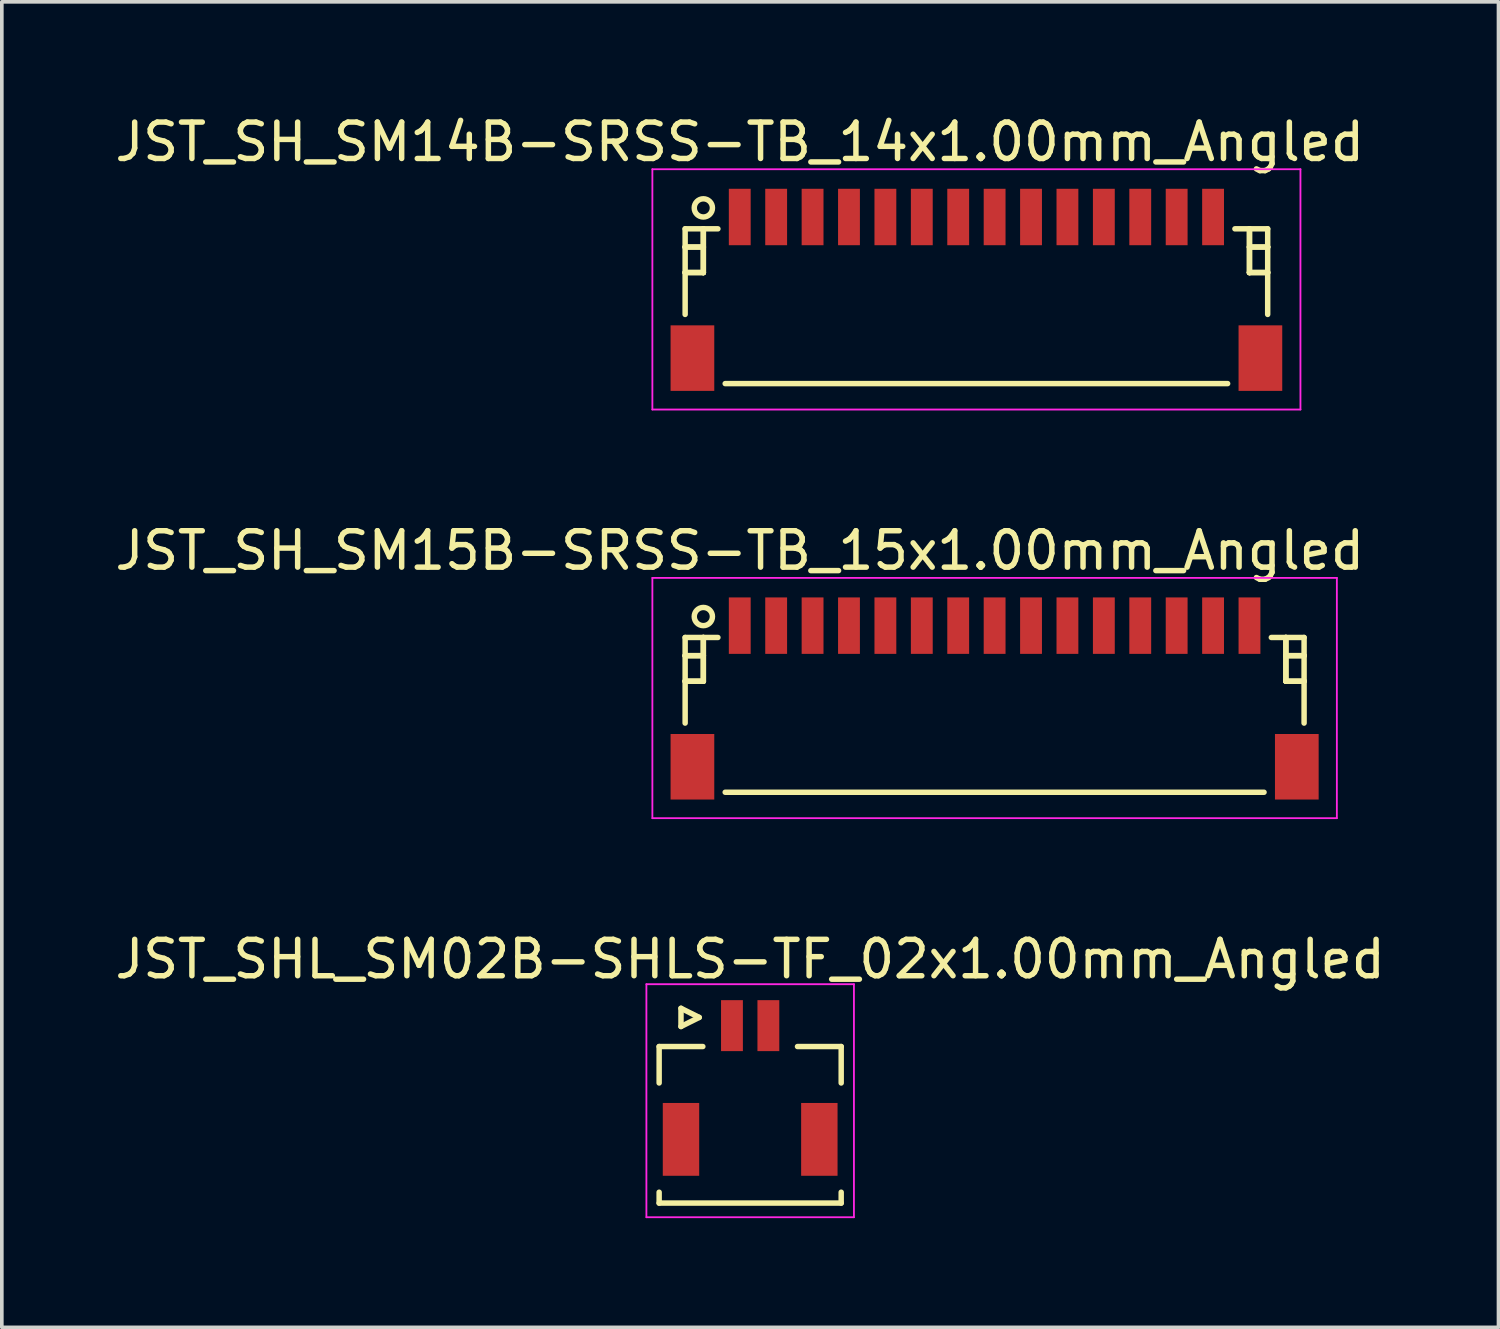
<source format=kicad_pcb>
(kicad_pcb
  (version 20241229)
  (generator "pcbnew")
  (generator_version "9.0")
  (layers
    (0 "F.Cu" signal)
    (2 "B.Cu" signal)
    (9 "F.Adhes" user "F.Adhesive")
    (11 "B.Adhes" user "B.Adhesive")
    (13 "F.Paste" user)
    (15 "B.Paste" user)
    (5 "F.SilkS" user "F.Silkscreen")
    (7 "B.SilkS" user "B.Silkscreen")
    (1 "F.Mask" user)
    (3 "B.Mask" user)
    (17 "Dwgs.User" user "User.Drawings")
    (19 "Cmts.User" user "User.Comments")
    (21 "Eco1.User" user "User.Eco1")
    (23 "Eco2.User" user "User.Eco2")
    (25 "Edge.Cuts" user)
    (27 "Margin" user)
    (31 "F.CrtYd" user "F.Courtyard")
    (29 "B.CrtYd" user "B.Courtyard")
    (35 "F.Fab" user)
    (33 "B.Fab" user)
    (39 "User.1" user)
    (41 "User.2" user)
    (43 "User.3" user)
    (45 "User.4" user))
  (footprint "JST_SH_SM15B-SRSS-TB_15x1.00mm_Angled"
    (layer "F.Cu")
    (at 24.268 16.072)
    (property "Reference" "JST_SH_SM15B-SRSS-TB_15x1.00mm_Angled" (at -7 -4 0) (layer "F.SilkS") (effects (font (size 1 1) (thickness 0.15))))
    (attr smd)
    (fp_line (start -8.5 -1.613) (end -7.6 -1.613) (stroke (width 0.15) (type solid)) (layer "F.SilkS"))
    (fp_line (start -8.5 -1.113) (end -8.5 -1.113) (stroke (width 0.15) (type solid)) (layer "F.SilkS"))
    (fp_line (start -8.5 -1.113) (end -8 -1.113) (stroke (width 0.15) (type solid)) (layer "F.SilkS"))
    (fp_line (start -8.5 -0.412) (end -8.5 -0.412) (stroke (width 0.15) (type solid)) (layer "F.SilkS"))
    (fp_line (start -8.5 -0.412) (end -8 -0.412) (stroke (width 0.15) (type solid)) (layer "F.SilkS"))
    (fp_line (start -8.5 0.738) (end -8.5 -1.613) (stroke (width 0.15) (type solid)) (layer "F.SilkS"))
    (fp_line (start -8 -1.613) (end -8 -1.613) (stroke (width 0.15) (type solid)) (layer "F.SilkS"))
    (fp_line (start -8 -1.613) (end -8 -0.412) (stroke (width 0.15) (type solid)) (layer "F.SilkS"))
    (fp_line (start -8 -1.113) (end -8.5 -1.113) (stroke (width 0.15) (type solid)) (layer "F.SilkS"))
    (fp_line (start -8 -1.113) (end -8 -1.113) (stroke (width 0.15) (type solid)) (layer "F.SilkS"))
    (fp_line (start -8 -0.412) (end -8.5 -0.412) (stroke (width 0.15) (type solid)) (layer "F.SilkS"))
    (fp_line (start -8 -0.412) (end -8 -1.613) (stroke (width 0.15) (type solid)) (layer "F.SilkS"))
    (fp_line (start -8 -0.412) (end -8 -0.412) (stroke (width 0.15) (type solid)) (layer "F.SilkS"))
    (fp_line (start -8 -0.412) (end -8 -0.412) (stroke (width 0.15) (type solid)) (layer "F.SilkS"))
    (fp_line (start -7.4 2.638) (end 7.4 2.638) (stroke (width 0.15) (type solid)) (layer "F.SilkS"))
    (fp_line (start 8 -1.613) (end 8 -1.613) (stroke (width 0.15) (type solid)) (layer "F.SilkS"))
    (fp_line (start 8 -1.613) (end 8 -0.412) (stroke (width 0.15) (type solid)) (layer "F.SilkS"))
    (fp_line (start 8 -1.113) (end 8 -1.113) (stroke (width 0.15) (type solid)) (layer "F.SilkS"))
    (fp_line (start 8 -1.113) (end 8.5 -1.113) (stroke (width 0.15) (type solid)) (layer "F.SilkS"))
    (fp_line (start 8 -0.412) (end 8 -1.613) (stroke (width 0.15) (type solid)) (layer "F.SilkS"))
    (fp_line (start 8 -0.412) (end 8 -0.412) (stroke (width 0.15) (type solid)) (layer "F.SilkS"))
    (fp_line (start 8 -0.412) (end 8 -0.412) (stroke (width 0.15) (type solid)) (layer "F.SilkS"))
    (fp_line (start 8 -0.412) (end 8.5 -0.412) (stroke (width 0.15) (type solid)) (layer "F.SilkS"))
    (fp_line (start 8.5 -1.613) (end 7.6 -1.613) (stroke (width 0.15) (type solid)) (layer "F.SilkS"))
    (fp_line (start 8.5 -1.113) (end 8 -1.113) (stroke (width 0.15) (type solid)) (layer "F.SilkS"))
    (fp_line (start 8.5 -1.113) (end 8.5 -1.113) (stroke (width 0.15) (type solid)) (layer "F.SilkS"))
    (fp_line (start 8.5 -0.412) (end 8 -0.412) (stroke (width 0.15) (type solid)) (layer "F.SilkS"))
    (fp_line (start 8.5 -0.412) (end 8.5 -0.412) (stroke (width 0.15) (type solid)) (layer "F.SilkS"))
    (fp_line (start 8.5 0.738) (end 8.5 -1.613) (stroke (width 0.15) (type solid)) (layer "F.SilkS"))
    (fp_circle (center -8 -2.188) (end -7.75 -2.188) (stroke (width 0.15) (type solid)) (fill no) (layer "F.SilkS"))
    (fp_line (start -9.4 -3.25) (end 9.4 -3.25) (stroke (width 0.05) (type solid)) (layer "F.CrtYd"))
    (fp_line (start -9.4 3.35) (end -9.4 -3.25) (stroke (width 0.05) (type solid)) (layer "F.CrtYd"))
    (fp_line (start 9.4 -3.25) (end 9.4 3.35) (stroke (width 0.05) (type solid)) (layer "F.CrtYd"))
    (fp_line (start 9.4 3.35) (end -9.4 3.35) (stroke (width 0.05) (type solid)) (layer "F.CrtYd"))
    (pad "" smd rect (at -8.3 1.938) (size 1.2 1.8) (layers "F.Cu" "F.Mask" "F.Paste"))
    (pad "" smd rect (at 8.3 1.938) (size 1.2 1.8) (layers "F.Cu" "F.Mask" "F.Paste"))
    (pad "1" smd rect (at -7 -1.938) (size 0.6 1.55) (layers "F.Cu" "F.Mask" "F.Paste"))
    (pad "2" smd rect (at -6 -1.938) (size 0.6 1.55) (layers "F.Cu" "F.Mask" "F.Paste"))
    (pad "3" smd rect (at -5 -1.938) (size 0.6 1.55) (layers "F.Cu" "F.Mask" "F.Paste"))
    (pad "4" smd rect (at -4 -1.938) (size 0.6 1.55) (layers "F.Cu" "F.Mask" "F.Paste"))
    (pad "5" smd rect (at -3 -1.938) (size 0.6 1.55) (layers "F.Cu" "F.Mask" "F.Paste"))
    (pad "6" smd rect (at -2 -1.938) (size 0.6 1.55) (layers "F.Cu" "F.Mask" "F.Paste"))
    (pad "7" smd rect (at -1 -1.938) (size 0.6 1.55) (layers "F.Cu" "F.Mask" "F.Paste"))
    (pad "8" smd rect (at 0 -1.938) (size 0.6 1.55) (layers "F.Cu" "F.Mask" "F.Paste"))
    (pad "9" smd rect (at 1 -1.938) (size 0.6 1.55) (layers "F.Cu" "F.Mask" "F.Paste"))
    (pad "10" smd rect (at 2 -1.938) (size 0.6 1.55) (layers "F.Cu" "F.Mask" "F.Paste"))
    (pad "11" smd rect (at 3 -1.938) (size 0.6 1.55) (layers "F.Cu" "F.Mask" "F.Paste"))
    (pad "12" smd rect (at 4 -1.938) (size 0.6 1.55) (layers "F.Cu" "F.Mask" "F.Paste"))
    (pad "13" smd rect (at 5 -1.938) (size 0.6 1.55) (layers "F.Cu" "F.Mask" "F.Paste"))
    (pad "14" smd rect (at 6 -1.938) (size 0.6 1.55) (layers "F.Cu" "F.Mask" "F.Paste"))
    (pad "15" smd rect (at 7 -1.938) (size 0.6 1.55) (layers "F.Cu" "F.Mask" "F.Paste")))
  (footprint "JST_SH_SM14B-SRSS-TB_14x1.00mm_Angled"
    (layer "F.Cu")
    (at 23.768 4.848)
    (property "Reference" "JST_SH_SM14B-SRSS-TB_14x1.00mm_Angled" (at -6.5 -4 0) (layer "F.SilkS") (effects (font (size 1 1) (thickness 0.15))))
    (attr smd)
    (fp_line (start -8 -1.613) (end -7.1 -1.613) (stroke (width 0.15) (type solid)) (layer "F.SilkS"))
    (fp_line (start -8 -1.113) (end -8 -1.113) (stroke (width 0.15) (type solid)) (layer "F.SilkS"))
    (fp_line (start -8 -1.113) (end -7.5 -1.113) (stroke (width 0.15) (type solid)) (layer "F.SilkS"))
    (fp_line (start -8 -0.412) (end -8 -0.412) (stroke (width 0.15) (type solid)) (layer "F.SilkS"))
    (fp_line (start -8 -0.412) (end -7.5 -0.412) (stroke (width 0.15) (type solid)) (layer "F.SilkS"))
    (fp_line (start -8 0.738) (end -8 -1.613) (stroke (width 0.15) (type solid)) (layer "F.SilkS"))
    (fp_line (start -7.5 -1.613) (end -7.5 -1.613) (stroke (width 0.15) (type solid)) (layer "F.SilkS"))
    (fp_line (start -7.5 -1.613) (end -7.5 -0.412) (stroke (width 0.15) (type solid)) (layer "F.SilkS"))
    (fp_line (start -7.5 -1.113) (end -8 -1.113) (stroke (width 0.15) (type solid)) (layer "F.SilkS"))
    (fp_line (start -7.5 -1.113) (end -7.5 -1.113) (stroke (width 0.15) (type solid)) (layer "F.SilkS"))
    (fp_line (start -7.5 -0.412) (end -8 -0.412) (stroke (width 0.15) (type solid)) (layer "F.SilkS"))
    (fp_line (start -7.5 -0.412) (end -7.5 -1.613) (stroke (width 0.15) (type solid)) (layer "F.SilkS"))
    (fp_line (start -7.5 -0.412) (end -7.5 -0.412) (stroke (width 0.15) (type solid)) (layer "F.SilkS"))
    (fp_line (start -7.5 -0.412) (end -7.5 -0.412) (stroke (width 0.15) (type solid)) (layer "F.SilkS"))
    (fp_line (start -6.9 2.638) (end 6.9 2.638) (stroke (width 0.15) (type solid)) (layer "F.SilkS"))
    (fp_line (start 7.5 -1.613) (end 7.5 -1.613) (stroke (width 0.15) (type solid)) (layer "F.SilkS"))
    (fp_line (start 7.5 -1.613) (end 7.5 -0.412) (stroke (width 0.15) (type solid)) (layer "F.SilkS"))
    (fp_line (start 7.5 -1.113) (end 7.5 -1.113) (stroke (width 0.15) (type solid)) (layer "F.SilkS"))
    (fp_line (start 7.5 -1.113) (end 8 -1.113) (stroke (width 0.15) (type solid)) (layer "F.SilkS"))
    (fp_line (start 7.5 -0.412) (end 7.5 -1.613) (stroke (width 0.15) (type solid)) (layer "F.SilkS"))
    (fp_line (start 7.5 -0.412) (end 7.5 -0.412) (stroke (width 0.15) (type solid)) (layer "F.SilkS"))
    (fp_line (start 7.5 -0.412) (end 7.5 -0.412) (stroke (width 0.15) (type solid)) (layer "F.SilkS"))
    (fp_line (start 7.5 -0.412) (end 8 -0.412) (stroke (width 0.15) (type solid)) (layer "F.SilkS"))
    (fp_line (start 8 -1.613) (end 7.1 -1.613) (stroke (width 0.15) (type solid)) (layer "F.SilkS"))
    (fp_line (start 8 -1.113) (end 7.5 -1.113) (stroke (width 0.15) (type solid)) (layer "F.SilkS"))
    (fp_line (start 8 -1.113) (end 8 -1.113) (stroke (width 0.15) (type solid)) (layer "F.SilkS"))
    (fp_line (start 8 -0.412) (end 7.5 -0.412) (stroke (width 0.15) (type solid)) (layer "F.SilkS"))
    (fp_line (start 8 -0.412) (end 8 -0.412) (stroke (width 0.15) (type solid)) (layer "F.SilkS"))
    (fp_line (start 8 0.738) (end 8 -1.613) (stroke (width 0.15) (type solid)) (layer "F.SilkS"))
    (fp_circle (center -7.5 -2.188) (end -7.25 -2.188) (stroke (width 0.15) (type solid)) (fill no) (layer "F.SilkS"))
    (fp_line (start -8.9 -3.25) (end 8.9 -3.25) (stroke (width 0.05) (type solid)) (layer "F.CrtYd"))
    (fp_line (start -8.9 3.35) (end -8.9 -3.25) (stroke (width 0.05) (type solid)) (layer "F.CrtYd"))
    (fp_line (start 8.9 -3.25) (end 8.9 3.35) (stroke (width 0.05) (type solid)) (layer "F.CrtYd"))
    (fp_line (start 8.9 3.35) (end -8.9 3.35) (stroke (width 0.05) (type solid)) (layer "F.CrtYd"))
    (pad "" smd rect (at -7.8 1.938) (size 1.2 1.8) (layers "F.Cu" "F.Mask" "F.Paste"))
    (pad "" smd rect (at 7.8 1.938) (size 1.2 1.8) (layers "F.Cu" "F.Mask" "F.Paste"))
    (pad "1" smd rect (at -6.5 -1.938) (size 0.6 1.55) (layers "F.Cu" "F.Mask" "F.Paste"))
    (pad "2" smd rect (at -5.5 -1.938) (size 0.6 1.55) (layers "F.Cu" "F.Mask" "F.Paste"))
    (pad "3" smd rect (at -4.5 -1.938) (size 0.6 1.55) (layers "F.Cu" "F.Mask" "F.Paste"))
    (pad "4" smd rect (at -3.5 -1.938) (size 0.6 1.55) (layers "F.Cu" "F.Mask" "F.Paste"))
    (pad "5" smd rect (at -2.5 -1.938) (size 0.6 1.55) (layers "F.Cu" "F.Mask" "F.Paste"))
    (pad "6" smd rect (at -1.5 -1.938) (size 0.6 1.55) (layers "F.Cu" "F.Mask" "F.Paste"))
    (pad "7" smd rect (at -0.5 -1.938) (size 0.6 1.55) (layers "F.Cu" "F.Mask" "F.Paste"))
    (pad "8" smd rect (at 0.5 -1.938) (size 0.6 1.55) (layers "F.Cu" "F.Mask" "F.Paste"))
    (pad "9" smd rect (at 1.5 -1.938) (size 0.6 1.55) (layers "F.Cu" "F.Mask" "F.Paste"))
    (pad "10" smd rect (at 2.5 -1.938) (size 0.6 1.55) (layers "F.Cu" "F.Mask" "F.Paste"))
    (pad "11" smd rect (at 3.5 -1.938) (size 0.6 1.55) (layers "F.Cu" "F.Mask" "F.Paste"))
    (pad "12" smd rect (at 4.5 -1.938) (size 0.6 1.55) (layers "F.Cu" "F.Mask" "F.Paste"))
    (pad "13" smd rect (at 5.5 -1.938) (size 0.6 1.55) (layers "F.Cu" "F.Mask" "F.Paste"))
    (pad "14" smd rect (at 6.5 -1.938) (size 0.6 1.55) (layers "F.Cu" "F.Mask" "F.Paste")))
  (footprint "JST_SHL_SM02B-SHLS-TF_02x1.00mm_Angled"
    (layer "F.Cu")
    (at 17.554 26.682)
    (property "Reference" "JST_SHL_SM02B-SHLS-TF_02x1.00mm_Angled" (at 0 -3.388 0) (layer "F.SilkS") (effects (font (size 1 1) (thickness 0.15))))
    (attr smd)
    (fp_line (start -2.5 -0.988) (end -1.3 -0.988) (stroke (width 0.15) (type solid)) (layer "F.SilkS"))
    (fp_line (start -2.5 0.013) (end -2.5 -0.988) (stroke (width 0.15) (type solid)) (layer "F.SilkS"))
    (fp_line (start -2.5 3.013) (end -2.5 3.312) (stroke (width 0.15) (type solid)) (layer "F.SilkS"))
    (fp_line (start -2.5 3.312) (end 2.5 3.312) (stroke (width 0.15) (type solid)) (layer "F.SilkS"))
    (fp_line (start -1.9 -2.038) (end -1.9 -1.538) (stroke (width 0.15) (type solid)) (layer "F.SilkS"))
    (fp_line (start -1.9 -1.538) (end -1.4 -1.788) (stroke (width 0.15) (type solid)) (layer "F.SilkS"))
    (fp_line (start -1.4 -1.788) (end -1.9 -2.038) (stroke (width 0.15) (type solid)) (layer "F.SilkS"))
    (fp_line (start 2.5 -0.988) (end 1.3 -0.988) (stroke (width 0.15) (type solid)) (layer "F.SilkS"))
    (fp_line (start 2.5 0.013) (end 2.5 -0.988) (stroke (width 0.15) (type solid)) (layer "F.SilkS"))
    (fp_line (start 2.5 3.312) (end 2.5 3.013) (stroke (width 0.15) (type solid)) (layer "F.SilkS"))
    (fp_line (start -2.85 -2.7) (end -2.85 3.7) (stroke (width 0.05) (type solid)) (layer "F.CrtYd"))
    (fp_line (start -2.85 3.7) (end 2.85 3.7) (stroke (width 0.05) (type solid)) (layer "F.CrtYd"))
    (fp_line (start 2.85 -2.7) (end -2.85 -2.7) (stroke (width 0.05) (type solid)) (layer "F.CrtYd"))
    (fp_line (start 2.85 3.7) (end 2.85 -2.7) (stroke (width 0.05) (type solid)) (layer "F.CrtYd"))
    (pad "" smd rect (at -1.9 1.562) (size 1 2) (layers "F.Cu" "F.Mask" "F.Paste"))
    (pad "" smd rect (at 1.9 1.562) (size 1 2) (layers "F.Cu" "F.Mask" "F.Paste"))
    (pad "1" smd rect (at -0.5 -1.562) (size 0.6 1.4) (layers "F.Cu" "F.Mask" "F.Paste"))
    (pad "2" smd rect (at 0.5 -1.562) (size 0.6 1.4) (layers "F.Cu" "F.Mask" "F.Paste")))
  (gr_rect
    (start -3 -3)
    (end 38.107 33.407)
    (stroke (width 0.1) (type default))
    (fill no)
    (layer "Edge.Cuts")))
</source>
